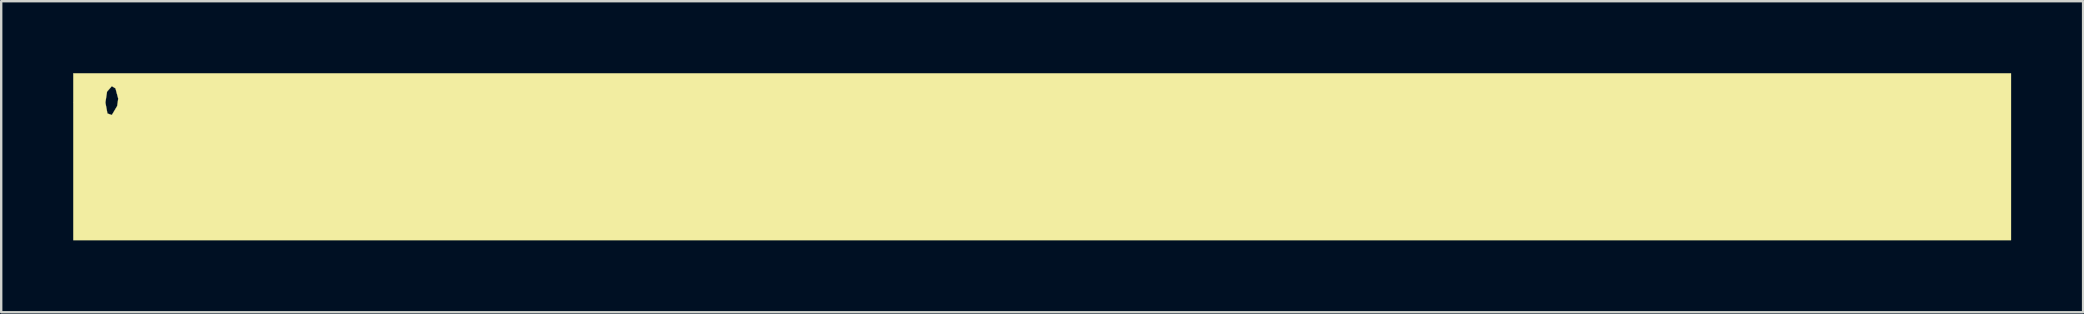
<source format=kicad_pcb>
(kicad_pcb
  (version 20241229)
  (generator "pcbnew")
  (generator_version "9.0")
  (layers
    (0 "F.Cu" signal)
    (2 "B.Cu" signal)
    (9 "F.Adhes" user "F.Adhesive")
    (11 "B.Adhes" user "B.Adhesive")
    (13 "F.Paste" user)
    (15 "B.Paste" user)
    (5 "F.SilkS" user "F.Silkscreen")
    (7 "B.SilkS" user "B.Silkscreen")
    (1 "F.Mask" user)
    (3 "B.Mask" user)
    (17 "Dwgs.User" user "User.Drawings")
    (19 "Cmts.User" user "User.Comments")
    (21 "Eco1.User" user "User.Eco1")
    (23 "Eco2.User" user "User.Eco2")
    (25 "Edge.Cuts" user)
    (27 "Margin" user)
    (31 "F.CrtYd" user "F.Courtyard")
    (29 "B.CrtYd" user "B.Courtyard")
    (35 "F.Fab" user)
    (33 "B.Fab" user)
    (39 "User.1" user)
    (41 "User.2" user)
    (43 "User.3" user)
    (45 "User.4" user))
  (footprint "grid_pattern"
    (layer "F.Cu")
    (at 40.378 3.481)
    (property "Reference" "grid_pattern" (at 0 0 0) (layer "F.SilkS") (effects (font (size 1.524 1.524) (thickness 0.3))))
    (attr through_hole)
    (fp_poly (pts (xy 40.373 3.476) (xy -40.373 3.476) (xy -40.373 -2.257) (xy -39.036 -2.257) (xy -38.951 -1.802) (xy -38.768 -1.738) (xy -38.544 -2.115) (xy -38.501 -2.422) (xy -38.616 -2.848) (xy -38.768 -2.941) (xy -38.968 -2.712) (xy -39.036 -2.257) (xy -40.373 -2.257) (xy -40.373 -3.476) (xy 40.373 -3.476) (xy 40.373 3.476)) (stroke (width 0.01) (type solid)) (fill yes) (layer "F.SilkS")))
  (gr_rect
    (start -3 -3)
    (end 83.755 9.962)
    (stroke (width 0.1) (type default))
    (fill no)
    (layer "Edge.Cuts")))
</source>
